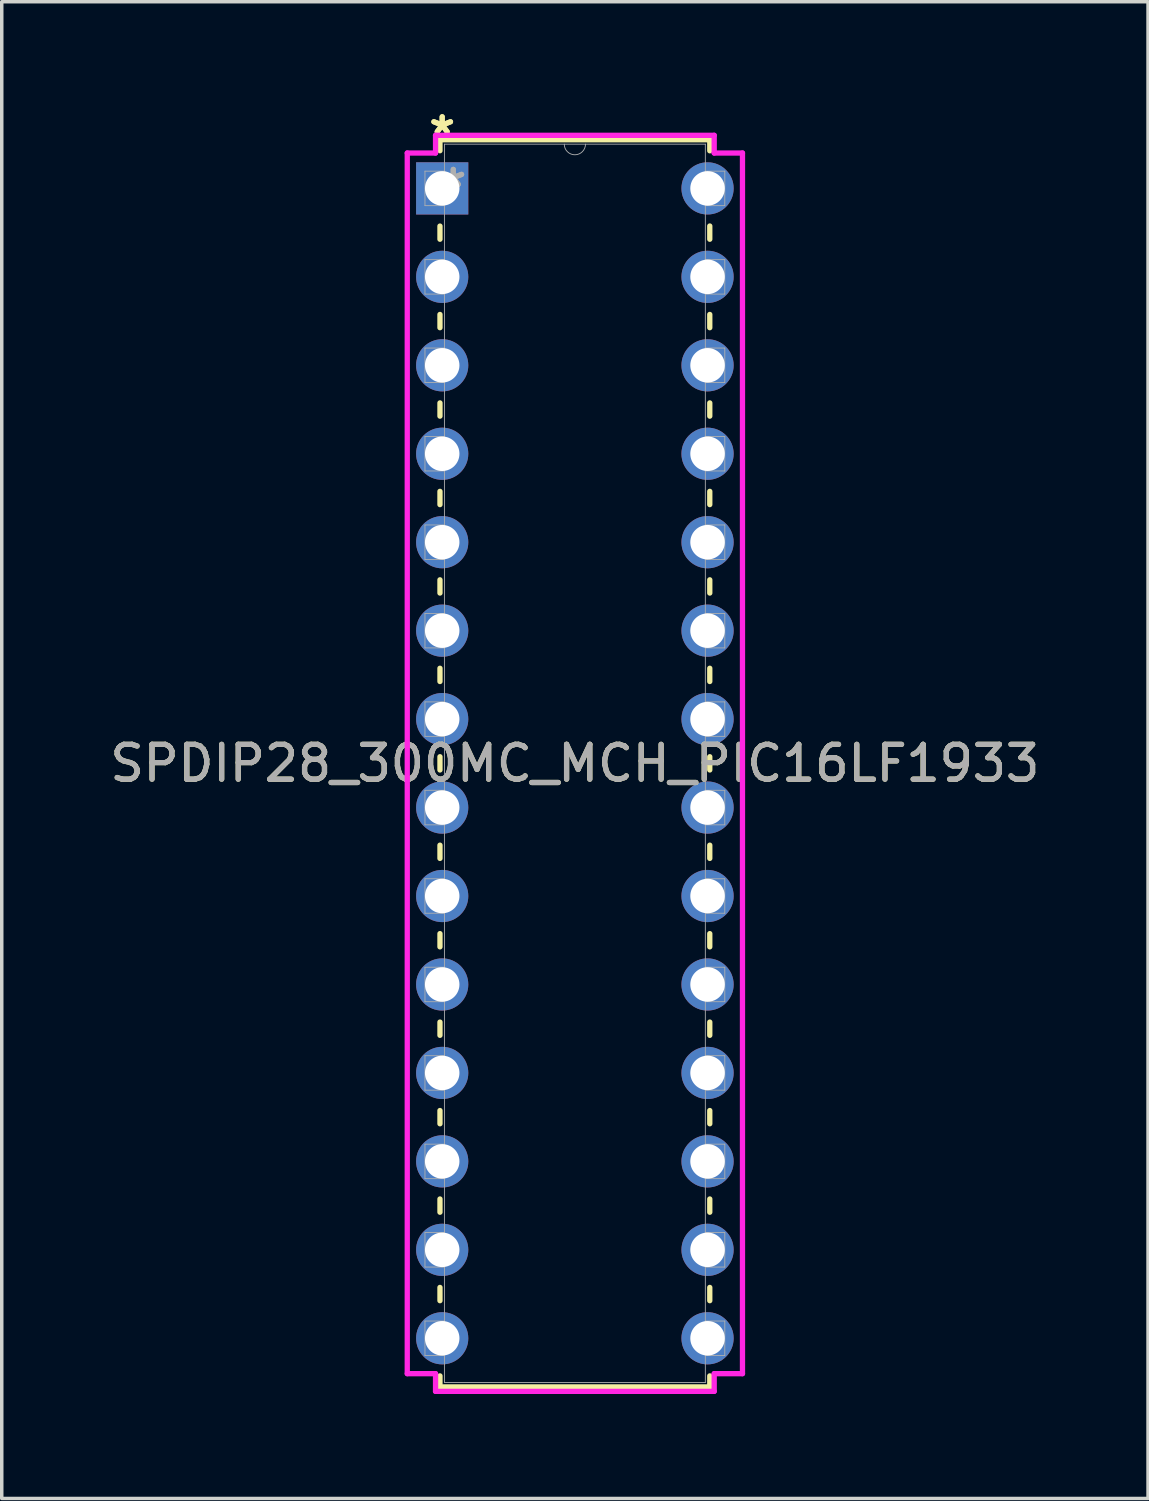
<source format=kicad_pcb>
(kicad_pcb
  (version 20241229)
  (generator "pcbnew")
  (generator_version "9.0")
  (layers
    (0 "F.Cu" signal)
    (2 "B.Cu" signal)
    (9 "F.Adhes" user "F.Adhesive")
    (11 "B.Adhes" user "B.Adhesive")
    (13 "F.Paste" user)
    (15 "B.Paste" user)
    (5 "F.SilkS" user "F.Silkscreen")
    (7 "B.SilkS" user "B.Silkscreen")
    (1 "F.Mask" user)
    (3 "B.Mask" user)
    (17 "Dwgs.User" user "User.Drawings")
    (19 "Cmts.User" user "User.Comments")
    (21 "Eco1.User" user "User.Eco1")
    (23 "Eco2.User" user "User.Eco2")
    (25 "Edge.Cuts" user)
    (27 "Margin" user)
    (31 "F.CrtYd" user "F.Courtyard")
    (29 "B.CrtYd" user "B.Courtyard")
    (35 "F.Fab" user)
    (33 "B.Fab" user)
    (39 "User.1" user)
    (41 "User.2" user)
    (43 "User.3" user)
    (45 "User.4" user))
  (footprint "SPDIP28_300MC_MCH_PIC16LF1933"
    (layer "F.Cu")
    (at 9.648 2.36)
    (property "Reference" "SPDIP28_300MC_MCH_PIC16LF1933" (at 3.81 16.51 0) (unlocked yes) (layer "F.SilkS") (effects (font (size 1 1) (thickness 0.15))))
    (attr through_hole)
    (fp_line (start -0.064 -1.397) (end -0.064 -1.082) (stroke (width 0.152) (type solid)) (layer "F.SilkS"))
    (fp_line (start -0.064 1.082) (end -0.064 1.46) (stroke (width 0.152) (type solid)) (layer "F.SilkS"))
    (fp_line (start -0.064 3.62) (end -0.064 4) (stroke (width 0.152) (type solid)) (layer "F.SilkS"))
    (fp_line (start -0.064 6.16) (end -0.064 6.54) (stroke (width 0.152) (type solid)) (layer "F.SilkS"))
    (fp_line (start -0.064 8.7) (end -0.064 9.08) (stroke (width 0.152) (type solid)) (layer "F.SilkS"))
    (fp_line (start -0.064 11.24) (end -0.064 11.62) (stroke (width 0.152) (type solid)) (layer "F.SilkS"))
    (fp_line (start -0.064 13.78) (end -0.064 14.16) (stroke (width 0.152) (type solid)) (layer "F.SilkS"))
    (fp_line (start -0.064 16.32) (end -0.064 16.7) (stroke (width 0.152) (type solid)) (layer "F.SilkS"))
    (fp_line (start -0.064 18.86) (end -0.064 19.24) (stroke (width 0.152) (type solid)) (layer "F.SilkS"))
    (fp_line (start -0.064 21.4) (end -0.064 21.78) (stroke (width 0.152) (type solid)) (layer "F.SilkS"))
    (fp_line (start -0.064 23.94) (end -0.064 24.32) (stroke (width 0.152) (type solid)) (layer "F.SilkS"))
    (fp_line (start -0.064 26.48) (end -0.064 26.86) (stroke (width 0.152) (type solid)) (layer "F.SilkS"))
    (fp_line (start -0.064 29.02) (end -0.064 29.4) (stroke (width 0.152) (type solid)) (layer "F.SilkS"))
    (fp_line (start -0.064 31.56) (end -0.064 31.94) (stroke (width 0.152) (type solid)) (layer "F.SilkS"))
    (fp_line (start -0.064 34.1) (end -0.064 34.417) (stroke (width 0.152) (type solid)) (layer "F.SilkS"))
    (fp_line (start -0.064 34.417) (end 7.684 34.417) (stroke (width 0.152) (type solid)) (layer "F.SilkS"))
    (fp_line (start 7.684 -1.397) (end -0.064 -1.397) (stroke (width 0.152) (type solid)) (layer "F.SilkS"))
    (fp_line (start 7.684 -1.08) (end 7.684 -1.397) (stroke (width 0.152) (type solid)) (layer "F.SilkS"))
    (fp_line (start 7.684 1.46) (end 7.684 1.08) (stroke (width 0.152) (type solid)) (layer "F.SilkS"))
    (fp_line (start 7.684 4) (end 7.684 3.62) (stroke (width 0.152) (type solid)) (layer "F.SilkS"))
    (fp_line (start 7.684 6.54) (end 7.684 6.16) (stroke (width 0.152) (type solid)) (layer "F.SilkS"))
    (fp_line (start 7.684 9.08) (end 7.684 8.7) (stroke (width 0.152) (type solid)) (layer "F.SilkS"))
    (fp_line (start 7.684 11.62) (end 7.684 11.24) (stroke (width 0.152) (type solid)) (layer "F.SilkS"))
    (fp_line (start 7.684 14.16) (end 7.684 13.78) (stroke (width 0.152) (type solid)) (layer "F.SilkS"))
    (fp_line (start 7.684 16.7) (end 7.684 16.32) (stroke (width 0.152) (type solid)) (layer "F.SilkS"))
    (fp_line (start 7.684 19.24) (end 7.684 18.86) (stroke (width 0.152) (type solid)) (layer "F.SilkS"))
    (fp_line (start 7.684 21.78) (end 7.684 21.4) (stroke (width 0.152) (type solid)) (layer "F.SilkS"))
    (fp_line (start 7.684 24.32) (end 7.684 23.94) (stroke (width 0.152) (type solid)) (layer "F.SilkS"))
    (fp_line (start 7.684 26.86) (end 7.684 26.48) (stroke (width 0.152) (type solid)) (layer "F.SilkS"))
    (fp_line (start 7.684 29.4) (end 7.684 29.02) (stroke (width 0.152) (type solid)) (layer "F.SilkS"))
    (fp_line (start 7.684 31.94) (end 7.684 31.56) (stroke (width 0.152) (type solid)) (layer "F.SilkS"))
    (fp_line (start 7.684 34.417) (end 7.684 34.1) (stroke (width 0.152) (type solid)) (layer "F.SilkS"))
    (fp_line (start -1.003 -1.016) (end -0.191 -1.016) (stroke (width 0.152) (type solid)) (layer "F.CrtYd"))
    (fp_line (start -1.003 34.036) (end -1.003 -1.016) (stroke (width 0.152) (type solid)) (layer "F.CrtYd"))
    (fp_line (start -0.191 -1.524) (end 7.811 -1.524) (stroke (width 0.152) (type solid)) (layer "F.CrtYd"))
    (fp_line (start -0.191 -1.016) (end -0.191 -1.524) (stroke (width 0.152) (type solid)) (layer "F.CrtYd"))
    (fp_line (start -0.191 34.036) (end -1.003 34.036) (stroke (width 0.152) (type solid)) (layer "F.CrtYd"))
    (fp_line (start -0.191 34.544) (end -0.191 34.036) (stroke (width 0.152) (type solid)) (layer "F.CrtYd"))
    (fp_line (start 7.811 -1.524) (end 7.811 -1.016) (stroke (width 0.152) (type solid)) (layer "F.CrtYd"))
    (fp_line (start 7.811 34.036) (end 7.811 34.544) (stroke (width 0.152) (type solid)) (layer "F.CrtYd"))
    (fp_line (start 7.811 34.544) (end -0.191 34.544) (stroke (width 0.152) (type solid)) (layer "F.CrtYd"))
    (fp_line (start 8.623 -1.016) (end 7.811 -1.016) (stroke (width 0.152) (type solid)) (layer "F.CrtYd"))
    (fp_line (start 8.623 -1.016) (end 8.623 34.036) (stroke (width 0.152) (type solid)) (layer "F.CrtYd"))
    (fp_line (start 8.623 34.036) (end 7.811 34.036) (stroke (width 0.152) (type solid)) (layer "F.CrtYd"))
    (fp_line (start -0.495 -0.495) (end -0.495 0.495) (stroke (width 0.025) (type solid)) (layer "F.Fab"))
    (fp_line (start -0.495 0.495) (end 0.064 0.495) (stroke (width 0.025) (type solid)) (layer "F.Fab"))
    (fp_line (start -0.495 2.045) (end -0.495 3.035) (stroke (width 0.025) (type solid)) (layer "F.Fab"))
    (fp_line (start -0.495 3.035) (end 0.064 3.035) (stroke (width 0.025) (type solid)) (layer "F.Fab"))
    (fp_line (start -0.495 4.585) (end -0.495 5.575) (stroke (width 0.025) (type solid)) (layer "F.Fab"))
    (fp_line (start -0.495 5.575) (end 0.064 5.575) (stroke (width 0.025) (type solid)) (layer "F.Fab"))
    (fp_line (start -0.495 7.125) (end -0.495 8.115) (stroke (width 0.025) (type solid)) (layer "F.Fab"))
    (fp_line (start -0.495 8.115) (end 0.064 8.115) (stroke (width 0.025) (type solid)) (layer "F.Fab"))
    (fp_line (start -0.495 9.665) (end -0.495 10.655) (stroke (width 0.025) (type solid)) (layer "F.Fab"))
    (fp_line (start -0.495 10.655) (end 0.064 10.655) (stroke (width 0.025) (type solid)) (layer "F.Fab"))
    (fp_line (start -0.495 12.205) (end -0.495 13.195) (stroke (width 0.025) (type solid)) (layer "F.Fab"))
    (fp_line (start -0.495 13.195) (end 0.064 13.195) (stroke (width 0.025) (type solid)) (layer "F.Fab"))
    (fp_line (start -0.495 14.745) (end -0.495 15.735) (stroke (width 0.025) (type solid)) (layer "F.Fab"))
    (fp_line (start -0.495 15.735) (end 0.064 15.735) (stroke (width 0.025) (type solid)) (layer "F.Fab"))
    (fp_line (start -0.495 17.285) (end -0.495 18.275) (stroke (width 0.025) (type solid)) (layer "F.Fab"))
    (fp_line (start -0.495 18.275) (end 0.064 18.275) (stroke (width 0.025) (type solid)) (layer "F.Fab"))
    (fp_line (start -0.495 19.825) (end -0.495 20.815) (stroke (width 0.025) (type solid)) (layer "F.Fab"))
    (fp_line (start -0.495 20.815) (end 0.064 20.815) (stroke (width 0.025) (type solid)) (layer "F.Fab"))
    (fp_line (start -0.495 22.365) (end -0.495 23.355) (stroke (width 0.025) (type solid)) (layer "F.Fab"))
    (fp_line (start -0.495 23.355) (end 0.064 23.355) (stroke (width 0.025) (type solid)) (layer "F.Fab"))
    (fp_line (start -0.495 24.905) (end -0.495 25.895) (stroke (width 0.025) (type solid)) (layer "F.Fab"))
    (fp_line (start -0.495 25.895) (end 0.064 25.895) (stroke (width 0.025) (type solid)) (layer "F.Fab"))
    (fp_line (start -0.495 27.445) (end -0.495 28.435) (stroke (width 0.025) (type solid)) (layer "F.Fab"))
    (fp_line (start -0.495 28.435) (end 0.064 28.435) (stroke (width 0.025) (type solid)) (layer "F.Fab"))
    (fp_line (start -0.495 29.985) (end -0.495 30.975) (stroke (width 0.025) (type solid)) (layer "F.Fab"))
    (fp_line (start -0.495 30.975) (end 0.064 30.975) (stroke (width 0.025) (type solid)) (layer "F.Fab"))
    (fp_line (start -0.495 32.525) (end -0.495 33.515) (stroke (width 0.025) (type solid)) (layer "F.Fab"))
    (fp_line (start -0.495 33.515) (end 0.064 33.515) (stroke (width 0.025) (type solid)) (layer "F.Fab"))
    (fp_line (start 0.064 -1.27) (end 0.064 34.29) (stroke (width 0.025) (type solid)) (layer "F.Fab"))
    (fp_line (start 0.064 -0.495) (end -0.495 -0.495) (stroke (width 0.025) (type solid)) (layer "F.Fab"))
    (fp_line (start 0.064 0.495) (end 0.064 -0.495) (stroke (width 0.025) (type solid)) (layer "F.Fab"))
    (fp_line (start 0.064 2.045) (end -0.495 2.045) (stroke (width 0.025) (type solid)) (layer "F.Fab"))
    (fp_line (start 0.064 3.035) (end 0.064 2.045) (stroke (width 0.025) (type solid)) (layer "F.Fab"))
    (fp_line (start 0.064 4.585) (end -0.495 4.585) (stroke (width 0.025) (type solid)) (layer "F.Fab"))
    (fp_line (start 0.064 5.575) (end 0.064 4.585) (stroke (width 0.025) (type solid)) (layer "F.Fab"))
    (fp_line (start 0.064 7.125) (end -0.495 7.125) (stroke (width 0.025) (type solid)) (layer "F.Fab"))
    (fp_line (start 0.064 8.115) (end 0.064 7.125) (stroke (width 0.025) (type solid)) (layer "F.Fab"))
    (fp_line (start 0.064 9.665) (end -0.495 9.665) (stroke (width 0.025) (type solid)) (layer "F.Fab"))
    (fp_line (start 0.064 10.655) (end 0.064 9.665) (stroke (width 0.025) (type solid)) (layer "F.Fab"))
    (fp_line (start 0.064 12.205) (end -0.495 12.205) (stroke (width 0.025) (type solid)) (layer "F.Fab"))
    (fp_line (start 0.064 13.195) (end 0.064 12.205) (stroke (width 0.025) (type solid)) (layer "F.Fab"))
    (fp_line (start 0.064 14.745) (end -0.495 14.745) (stroke (width 0.025) (type solid)) (layer "F.Fab"))
    (fp_line (start 0.064 15.735) (end 0.064 14.745) (stroke (width 0.025) (type solid)) (layer "F.Fab"))
    (fp_line (start 0.064 17.285) (end -0.495 17.285) (stroke (width 0.025) (type solid)) (layer "F.Fab"))
    (fp_line (start 0.064 18.275) (end 0.064 17.285) (stroke (width 0.025) (type solid)) (layer "F.Fab"))
    (fp_line (start 0.064 19.825) (end -0.495 19.825) (stroke (width 0.025) (type solid)) (layer "F.Fab"))
    (fp_line (start 0.064 20.815) (end 0.064 19.825) (stroke (width 0.025) (type solid)) (layer "F.Fab"))
    (fp_line (start 0.064 22.365) (end -0.495 22.365) (stroke (width 0.025) (type solid)) (layer "F.Fab"))
    (fp_line (start 0.064 23.355) (end 0.064 22.365) (stroke (width 0.025) (type solid)) (layer "F.Fab"))
    (fp_line (start 0.064 24.905) (end -0.495 24.905) (stroke (width 0.025) (type solid)) (layer "F.Fab"))
    (fp_line (start 0.064 25.895) (end 0.064 24.905) (stroke (width 0.025) (type solid)) (layer "F.Fab"))
    (fp_line (start 0.064 27.445) (end -0.495 27.445) (stroke (width 0.025) (type solid)) (layer "F.Fab"))
    (fp_line (start 0.064 28.435) (end 0.064 27.445) (stroke (width 0.025) (type solid)) (layer "F.Fab"))
    (fp_line (start 0.064 29.985) (end -0.495 29.985) (stroke (width 0.025) (type solid)) (layer "F.Fab"))
    (fp_line (start 0.064 30.975) (end 0.064 29.985) (stroke (width 0.025) (type solid)) (layer "F.Fab"))
    (fp_line (start 0.064 32.525) (end -0.495 32.525) (stroke (width 0.025) (type solid)) (layer "F.Fab"))
    (fp_line (start 0.064 33.515) (end 0.064 32.525) (stroke (width 0.025) (type solid)) (layer "F.Fab"))
    (fp_line (start 0.064 34.29) (end 7.556 34.29) (stroke (width 0.025) (type solid)) (layer "F.Fab"))
    (fp_line (start 7.556 -1.27) (end 0.064 -1.27) (stroke (width 0.025) (type solid)) (layer "F.Fab"))
    (fp_line (start 7.556 -0.495) (end 7.556 0.495) (stroke (width 0.025) (type solid)) (layer "F.Fab"))
    (fp_line (start 7.556 0.495) (end 8.115 0.495) (stroke (width 0.025) (type solid)) (layer "F.Fab"))
    (fp_line (start 7.556 2.045) (end 7.556 3.035) (stroke (width 0.025) (type solid)) (layer "F.Fab"))
    (fp_line (start 7.556 3.035) (end 8.115 3.035) (stroke (width 0.025) (type solid)) (layer "F.Fab"))
    (fp_line (start 7.556 4.585) (end 7.556 5.575) (stroke (width 0.025) (type solid)) (layer "F.Fab"))
    (fp_line (start 7.556 5.575) (end 8.115 5.575) (stroke (width 0.025) (type solid)) (layer "F.Fab"))
    (fp_line (start 7.556 7.125) (end 7.556 8.115) (stroke (width 0.025) (type solid)) (layer "F.Fab"))
    (fp_line (start 7.556 8.115) (end 8.115 8.115) (stroke (width 0.025) (type solid)) (layer "F.Fab"))
    (fp_line (start 7.556 9.665) (end 7.556 10.655) (stroke (width 0.025) (type solid)) (layer "F.Fab"))
    (fp_line (start 7.556 10.655) (end 8.115 10.655) (stroke (width 0.025) (type solid)) (layer "F.Fab"))
    (fp_line (start 7.556 12.205) (end 7.556 13.195) (stroke (width 0.025) (type solid)) (layer "F.Fab"))
    (fp_line (start 7.556 13.195) (end 8.115 13.195) (stroke (width 0.025) (type solid)) (layer "F.Fab"))
    (fp_line (start 7.556 14.745) (end 7.556 15.735) (stroke (width 0.025) (type solid)) (layer "F.Fab"))
    (fp_line (start 7.556 15.735) (end 8.115 15.735) (stroke (width 0.025) (type solid)) (layer "F.Fab"))
    (fp_line (start 7.556 17.285) (end 7.556 18.275) (stroke (width 0.025) (type solid)) (layer "F.Fab"))
    (fp_line (start 7.556 18.275) (end 8.115 18.275) (stroke (width 0.025) (type solid)) (layer "F.Fab"))
    (fp_line (start 7.556 19.825) (end 7.556 20.815) (stroke (width 0.025) (type solid)) (layer "F.Fab"))
    (fp_line (start 7.556 20.815) (end 8.115 20.815) (stroke (width 0.025) (type solid)) (layer "F.Fab"))
    (fp_line (start 7.556 22.365) (end 7.556 23.355) (stroke (width 0.025) (type solid)) (layer "F.Fab"))
    (fp_line (start 7.556 23.355) (end 8.115 23.355) (stroke (width 0.025) (type solid)) (layer "F.Fab"))
    (fp_line (start 7.556 24.905) (end 7.556 25.895) (stroke (width 0.025) (type solid)) (layer "F.Fab"))
    (fp_line (start 7.556 25.895) (end 8.115 25.895) (stroke (width 0.025) (type solid)) (layer "F.Fab"))
    (fp_line (start 7.556 27.445) (end 7.556 28.435) (stroke (width 0.025) (type solid)) (layer "F.Fab"))
    (fp_line (start 7.556 28.435) (end 8.115 28.435) (stroke (width 0.025) (type solid)) (layer "F.Fab"))
    (fp_line (start 7.556 29.985) (end 7.556 30.975) (stroke (width 0.025) (type solid)) (layer "F.Fab"))
    (fp_line (start 7.556 30.975) (end 8.115 30.975) (stroke (width 0.025) (type solid)) (layer "F.Fab"))
    (fp_line (start 7.556 32.525) (end 7.556 33.515) (stroke (width 0.025) (type solid)) (layer "F.Fab"))
    (fp_line (start 7.556 33.515) (end 8.115 33.515) (stroke (width 0.025) (type solid)) (layer "F.Fab"))
    (fp_line (start 7.556 34.29) (end 7.556 -1.27) (stroke (width 0.025) (type solid)) (layer "F.Fab"))
    (fp_line (start 8.115 -0.495) (end 7.556 -0.495) (stroke (width 0.025) (type solid)) (layer "F.Fab"))
    (fp_line (start 8.115 0.495) (end 8.115 -0.495) (stroke (width 0.025) (type solid)) (layer "F.Fab"))
    (fp_line (start 8.115 2.045) (end 7.556 2.045) (stroke (width 0.025) (type solid)) (layer "F.Fab"))
    (fp_line (start 8.115 3.035) (end 8.115 2.045) (stroke (width 0.025) (type solid)) (layer "F.Fab"))
    (fp_line (start 8.115 4.585) (end 7.556 4.585) (stroke (width 0.025) (type solid)) (layer "F.Fab"))
    (fp_line (start 8.115 5.575) (end 8.115 4.585) (stroke (width 0.025) (type solid)) (layer "F.Fab"))
    (fp_line (start 8.115 7.125) (end 7.556 7.125) (stroke (width 0.025) (type solid)) (layer "F.Fab"))
    (fp_line (start 8.115 8.115) (end 8.115 7.125) (stroke (width 0.025) (type solid)) (layer "F.Fab"))
    (fp_line (start 8.115 9.665) (end 7.556 9.665) (stroke (width 0.025) (type solid)) (layer "F.Fab"))
    (fp_line (start 8.115 10.655) (end 8.115 9.665) (stroke (width 0.025) (type solid)) (layer "F.Fab"))
    (fp_line (start 8.115 12.205) (end 7.556 12.205) (stroke (width 0.025) (type solid)) (layer "F.Fab"))
    (fp_line (start 8.115 13.195) (end 8.115 12.205) (stroke (width 0.025) (type solid)) (layer "F.Fab"))
    (fp_line (start 8.115 14.745) (end 7.556 14.745) (stroke (width 0.025) (type solid)) (layer "F.Fab"))
    (fp_line (start 8.115 15.735) (end 8.115 14.745) (stroke (width 0.025) (type solid)) (layer "F.Fab"))
    (fp_line (start 8.115 17.285) (end 7.556 17.285) (stroke (width 0.025) (type solid)) (layer "F.Fab"))
    (fp_line (start 8.115 18.275) (end 8.115 17.285) (stroke (width 0.025) (type solid)) (layer "F.Fab"))
    (fp_line (start 8.115 19.825) (end 7.556 19.825) (stroke (width 0.025) (type solid)) (layer "F.Fab"))
    (fp_line (start 8.115 20.815) (end 8.115 19.825) (stroke (width 0.025) (type solid)) (layer "F.Fab"))
    (fp_line (start 8.115 22.365) (end 7.556 22.365) (stroke (width 0.025) (type solid)) (layer "F.Fab"))
    (fp_line (start 8.115 23.355) (end 8.115 22.365) (stroke (width 0.025) (type solid)) (layer "F.Fab"))
    (fp_line (start 8.115 24.905) (end 7.556 24.905) (stroke (width 0.025) (type solid)) (layer "F.Fab"))
    (fp_line (start 8.115 25.895) (end 8.115 24.905) (stroke (width 0.025) (type solid)) (layer "F.Fab"))
    (fp_line (start 8.115 27.445) (end 7.556 27.445) (stroke (width 0.025) (type solid)) (layer "F.Fab"))
    (fp_line (start 8.115 28.435) (end 8.115 27.445) (stroke (width 0.025) (type solid)) (layer "F.Fab"))
    (fp_line (start 8.115 29.985) (end 7.556 29.985) (stroke (width 0.025) (type solid)) (layer "F.Fab"))
    (fp_line (start 8.115 30.975) (end 8.115 29.985) (stroke (width 0.025) (type solid)) (layer "F.Fab"))
    (fp_line (start 8.115 32.525) (end 7.556 32.525) (stroke (width 0.025) (type solid)) (layer "F.Fab"))
    (fp_line (start 8.115 33.515) (end 8.115 32.525) (stroke (width 0.025) (type solid)) (layer "F.Fab"))
    (fp_arc (start 4.1148 -1.27) (mid 3.81 -0.9652) (end 3.5052 -1.27) (stroke (width 0.0254) (type solid)) (layer "F.Fab"))
    (fp_text user "*" (at 0 -1.511 0) (unlocked yes) (layer "F.SilkS") (effects (font (size 1 1) (thickness 0.15))))
    (fp_text user "*" (at 0 -1.511 0) (layer "F.SilkS") (effects (font (size 1 1) (thickness 0.15))))
    (fp_text user "*" (at 0.318 0 0) (unlocked yes) (layer "F.Fab") (effects (font (size 1 1) (thickness 0.15))))
    (fp_text user "${REFERENCE}" (at 3.81 16.51 0) (unlocked yes) (layer "F.Fab") (effects (font (size 1 1) (thickness 0.15))))
    (fp_text user "*" (at 0.318 0 0) (layer "F.Fab") (effects (font (size 1 1) (thickness 0.15))))
    (pad "1" thru_hole rect (at 0 0) (size 1.499 1.499) (drill 0.991) (layers "*.Cu" "*.Mask"))
    (pad "2" thru_hole circle (at 0 2.54) (size 1.499 1.499) (drill 0.991) (layers "*.Cu" "*.Mask"))
    (pad "3" thru_hole circle (at 0 5.08) (size 1.499 1.499) (drill 0.991) (layers "*.Cu" "*.Mask"))
    (pad "4" thru_hole circle (at 0 7.62) (size 1.499 1.499) (drill 0.991) (layers "*.Cu" "*.Mask"))
    (pad "5" thru_hole circle (at 0 10.16) (size 1.499 1.499) (drill 0.991) (layers "*.Cu" "*.Mask"))
    (pad "6" thru_hole circle (at 0 12.7) (size 1.499 1.499) (drill 0.991) (layers "*.Cu" "*.Mask"))
    (pad "7" thru_hole circle (at 0 15.24) (size 1.499 1.499) (drill 0.991) (layers "*.Cu" "*.Mask"))
    (pad "8" thru_hole circle (at 0 17.78) (size 1.499 1.499) (drill 0.991) (layers "*.Cu" "*.Mask"))
    (pad "9" thru_hole circle (at 0 20.32) (size 1.499 1.499) (drill 0.991) (layers "*.Cu" "*.Mask"))
    (pad "10" thru_hole circle (at 0 22.86) (size 1.499 1.499) (drill 0.991) (layers "*.Cu" "*.Mask"))
    (pad "11" thru_hole circle (at 0 25.4) (size 1.499 1.499) (drill 0.991) (layers "*.Cu" "*.Mask"))
    (pad "12" thru_hole circle (at 0 27.94) (size 1.499 1.499) (drill 0.991) (layers "*.Cu" "*.Mask"))
    (pad "13" thru_hole circle (at 0 30.48) (size 1.499 1.499) (drill 0.991) (layers "*.Cu" "*.Mask"))
    (pad "14" thru_hole circle (at 0 33.02) (size 1.499 1.499) (drill 0.991) (layers "*.Cu" "*.Mask"))
    (pad "15" thru_hole circle (at 7.62 33.02) (size 1.499 1.499) (drill 0.991) (layers "*.Cu" "*.Mask"))
    (pad "16" thru_hole circle (at 7.62 30.48) (size 1.499 1.499) (drill 0.991) (layers "*.Cu" "*.Mask"))
    (pad "17" thru_hole circle (at 7.62 27.94) (size 1.499 1.499) (drill 0.991) (layers "*.Cu" "*.Mask"))
    (pad "18" thru_hole circle (at 7.62 25.4) (size 1.499 1.499) (drill 0.991) (layers "*.Cu" "*.Mask"))
    (pad "19" thru_hole circle (at 7.62 22.86) (size 1.499 1.499) (drill 0.991) (layers "*.Cu" "*.Mask"))
    (pad "20" thru_hole circle (at 7.62 20.32) (size 1.499 1.499) (drill 0.991) (layers "*.Cu" "*.Mask"))
    (pad "21" thru_hole circle (at 7.62 17.78) (size 1.499 1.499) (drill 0.991) (layers "*.Cu" "*.Mask"))
    (pad "22" thru_hole circle (at 7.62 15.24) (size 1.499 1.499) (drill 0.991) (layers "*.Cu" "*.Mask"))
    (pad "23" thru_hole circle (at 7.62 12.7) (size 1.499 1.499) (drill 0.991) (layers "*.Cu" "*.Mask"))
    (pad "24" thru_hole circle (at 7.62 10.16) (size 1.499 1.499) (drill 0.991) (layers "*.Cu" "*.Mask"))
    (pad "25" thru_hole circle (at 7.62 7.62) (size 1.499 1.499) (drill 0.991) (layers "*.Cu" "*.Mask"))
    (pad "26" thru_hole circle (at 7.62 5.08) (size 1.499 1.499) (drill 0.991) (layers "*.Cu" "*.Mask"))
    (pad "27" thru_hole circle (at 7.62 2.54) (size 1.499 1.499) (drill 0.991) (layers "*.Cu" "*.Mask"))
    (pad "28" thru_hole circle (at 7.62 0) (size 1.499 1.499) (drill 0.991) (layers "*.Cu" "*.Mask")))
  (gr_rect
    (start -3 -3)
    (end 29.917 39.98)
    (stroke (width 0.1) (type default))
    (fill no)
    (layer "Edge.Cuts")))
</source>
